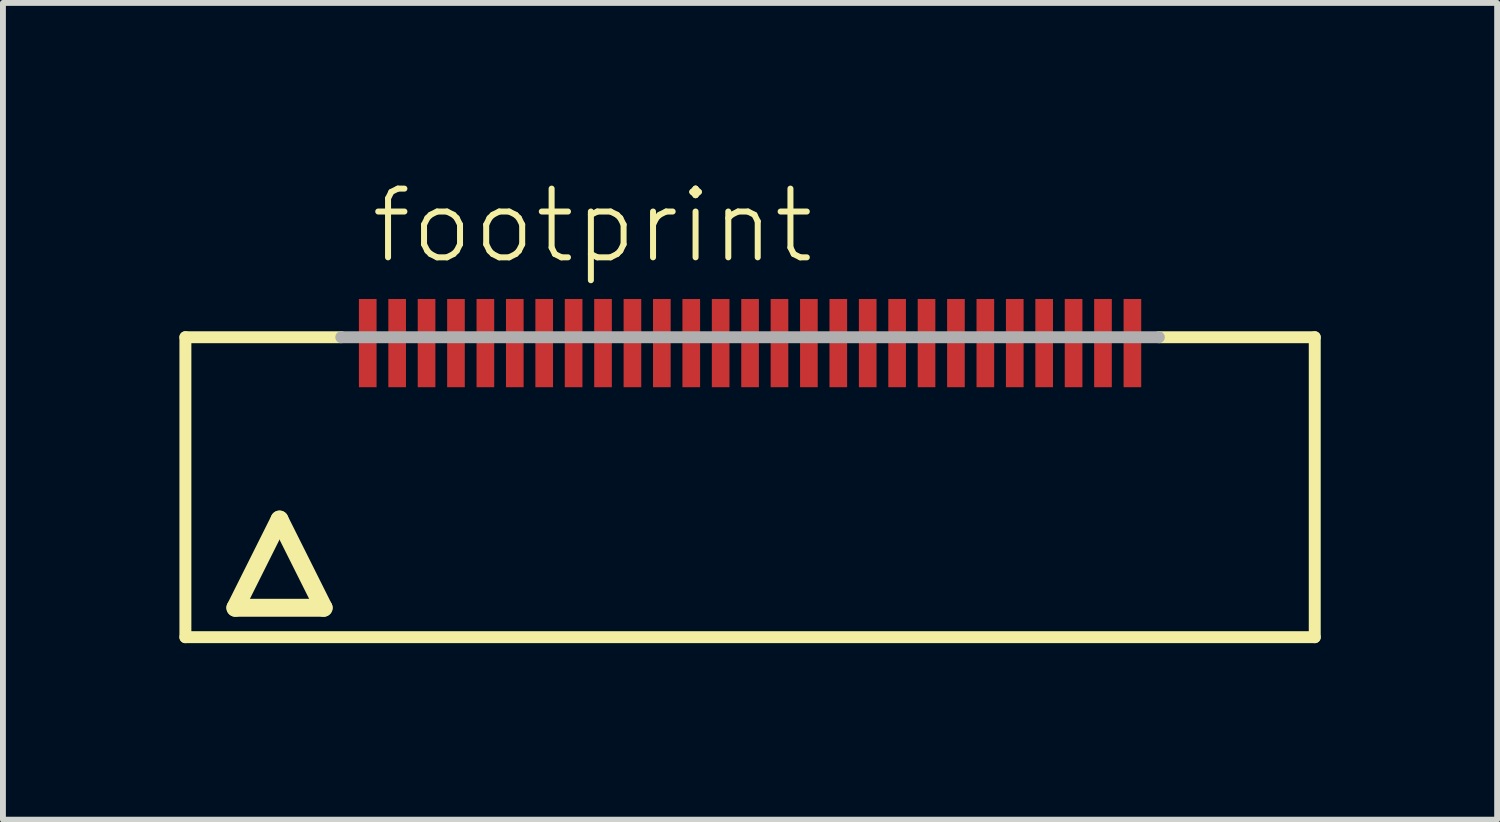
<source format=kicad_pcb>
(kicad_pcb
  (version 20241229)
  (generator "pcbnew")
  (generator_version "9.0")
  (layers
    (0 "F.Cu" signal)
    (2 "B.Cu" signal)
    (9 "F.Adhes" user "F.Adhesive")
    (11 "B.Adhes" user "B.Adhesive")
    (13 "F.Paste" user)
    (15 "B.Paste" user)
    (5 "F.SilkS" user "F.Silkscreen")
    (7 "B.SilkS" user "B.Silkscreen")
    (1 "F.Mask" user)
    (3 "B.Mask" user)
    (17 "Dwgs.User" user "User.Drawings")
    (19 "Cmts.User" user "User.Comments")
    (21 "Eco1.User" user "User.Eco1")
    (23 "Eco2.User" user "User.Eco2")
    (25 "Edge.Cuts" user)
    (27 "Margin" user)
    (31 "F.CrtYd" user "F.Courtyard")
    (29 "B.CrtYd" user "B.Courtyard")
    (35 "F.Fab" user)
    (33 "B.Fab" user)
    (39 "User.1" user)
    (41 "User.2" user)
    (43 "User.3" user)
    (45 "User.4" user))
  (footprint "footprint"
    (layer "F.Cu")
    (at 9.702 5.283)
    (property "Reference" "footprint" (at -6.5 -3.81 0) (layer "F.SilkS") (effects (font (size 1.168 1.168) (thickness 0.102)) (justify left bottom)))
    (fp_line (start -9.6 -2.6) (end -6.95 -2.6) (stroke (width 0.203) (type solid)) (layer "F.SilkS"))
    (fp_line (start -9.6 2.5) (end -9.6 -2.6) (stroke (width 0.203) (type solid)) (layer "F.SilkS"))
    (fp_line (start -8.75 2) (end -7.25 2) (stroke (width 0.305) (type solid)) (layer "F.SilkS"))
    (fp_line (start -8 0.5) (end -8.75 2) (stroke (width 0.305) (type solid)) (layer "F.SilkS"))
    (fp_line (start -7.25 2) (end -8 0.5) (stroke (width 0.305) (type solid)) (layer "F.SilkS"))
    (fp_line (start 6.95 -2.6) (end 9.6 -2.6) (stroke (width 0.203) (type solid)) (layer "F.SilkS"))
    (fp_line (start 9.6 -2.6) (end 9.6 2.5) (stroke (width 0.203) (type solid)) (layer "F.SilkS"))
    (fp_line (start 9.6 2.5) (end -9.6 2.5) (stroke (width 0.203) (type solid)) (layer "F.SilkS"))
    (fp_line (start -6.95 -2.6) (end 6.95 -2.6) (stroke (width 0.203) (type solid)) (layer "F.Fab"))
    (pad "1" smd rect (at -6.5 -2.5) (size 0.3 1.5) (layers "F.Cu" "F.Mask" "F.Paste"))
    (pad "2" smd rect (at -6 -2.5) (size 0.3 1.5) (layers "F.Cu" "F.Mask" "F.Paste"))
    (pad "3" smd rect (at -5.5 -2.5) (size 0.3 1.5) (layers "F.Cu" "F.Mask" "F.Paste"))
    (pad "4" smd rect (at -5 -2.5) (size 0.3 1.5) (layers "F.Cu" "F.Mask" "F.Paste"))
    (pad "5" smd rect (at -4.5 -2.5) (size 0.3 1.5) (layers "F.Cu" "F.Mask" "F.Paste"))
    (pad "6" smd rect (at -4 -2.5) (size 0.3 1.5) (layers "F.Cu" "F.Mask" "F.Paste"))
    (pad "7" smd rect (at -3.5 -2.5) (size 0.3 1.5) (layers "F.Cu" "F.Mask" "F.Paste"))
    (pad "8" smd rect (at -3 -2.5) (size 0.3 1.5) (layers "F.Cu" "F.Mask" "F.Paste"))
    (pad "9" smd rect (at -2.5 -2.5) (size 0.3 1.5) (layers "F.Cu" "F.Mask" "F.Paste"))
    (pad "10" smd rect (at -2 -2.5) (size 0.3 1.5) (layers "F.Cu" "F.Mask" "F.Paste"))
    (pad "11" smd rect (at -1.5 -2.5) (size 0.3 1.5) (layers "F.Cu" "F.Mask" "F.Paste"))
    (pad "12" smd rect (at -1 -2.5) (size 0.3 1.5) (layers "F.Cu" "F.Mask" "F.Paste"))
    (pad "13" smd rect (at -0.5 -2.5) (size 0.3 1.5) (layers "F.Cu" "F.Mask" "F.Paste"))
    (pad "14" smd rect (at 0 -2.5) (size 0.3 1.5) (layers "F.Cu" "F.Mask" "F.Paste"))
    (pad "15" smd rect (at 0.5 -2.5) (size 0.3 1.5) (layers "F.Cu" "F.Mask" "F.Paste"))
    (pad "16" smd rect (at 1 -2.5) (size 0.3 1.5) (layers "F.Cu" "F.Mask" "F.Paste"))
    (pad "17" smd rect (at 1.5 -2.5) (size 0.3 1.5) (layers "F.Cu" "F.Mask" "F.Paste"))
    (pad "18" smd rect (at 2 -2.5) (size 0.3 1.5) (layers "F.Cu" "F.Mask" "F.Paste"))
    (pad "19" smd rect (at 2.5 -2.5) (size 0.3 1.5) (layers "F.Cu" "F.Mask" "F.Paste"))
    (pad "20" smd rect (at 3 -2.5) (size 0.3 1.5) (layers "F.Cu" "F.Mask" "F.Paste"))
    (pad "21" smd rect (at 3.5 -2.5) (size 0.3 1.5) (layers "F.Cu" "F.Mask" "F.Paste"))
    (pad "22" smd rect (at 4 -2.5) (size 0.3 1.5) (layers "F.Cu" "F.Mask" "F.Paste"))
    (pad "23" smd rect (at 4.5 -2.5) (size 0.3 1.5) (layers "F.Cu" "F.Mask" "F.Paste"))
    (pad "24" smd rect (at 5 -2.5) (size 0.3 1.5) (layers "F.Cu" "F.Mask" "F.Paste"))
    (pad "25" smd rect (at 5.5 -2.5) (size 0.3 1.5) (layers "F.Cu" "F.Mask" "F.Paste"))
    (pad "26" smd rect (at 6 -2.5) (size 0.3 1.5) (layers "F.Cu" "F.Mask" "F.Paste"))
    (pad "27" smd rect (at 6.5 -2.5) (size 0.3 1.5) (layers "F.Cu" "F.Mask" "F.Paste")))
  (gr_rect
    (start -3 -3)
    (end 22.403 10.885)
    (stroke (width 0.1) (type default))
    (fill no)
    (layer "Edge.Cuts")))
</source>
